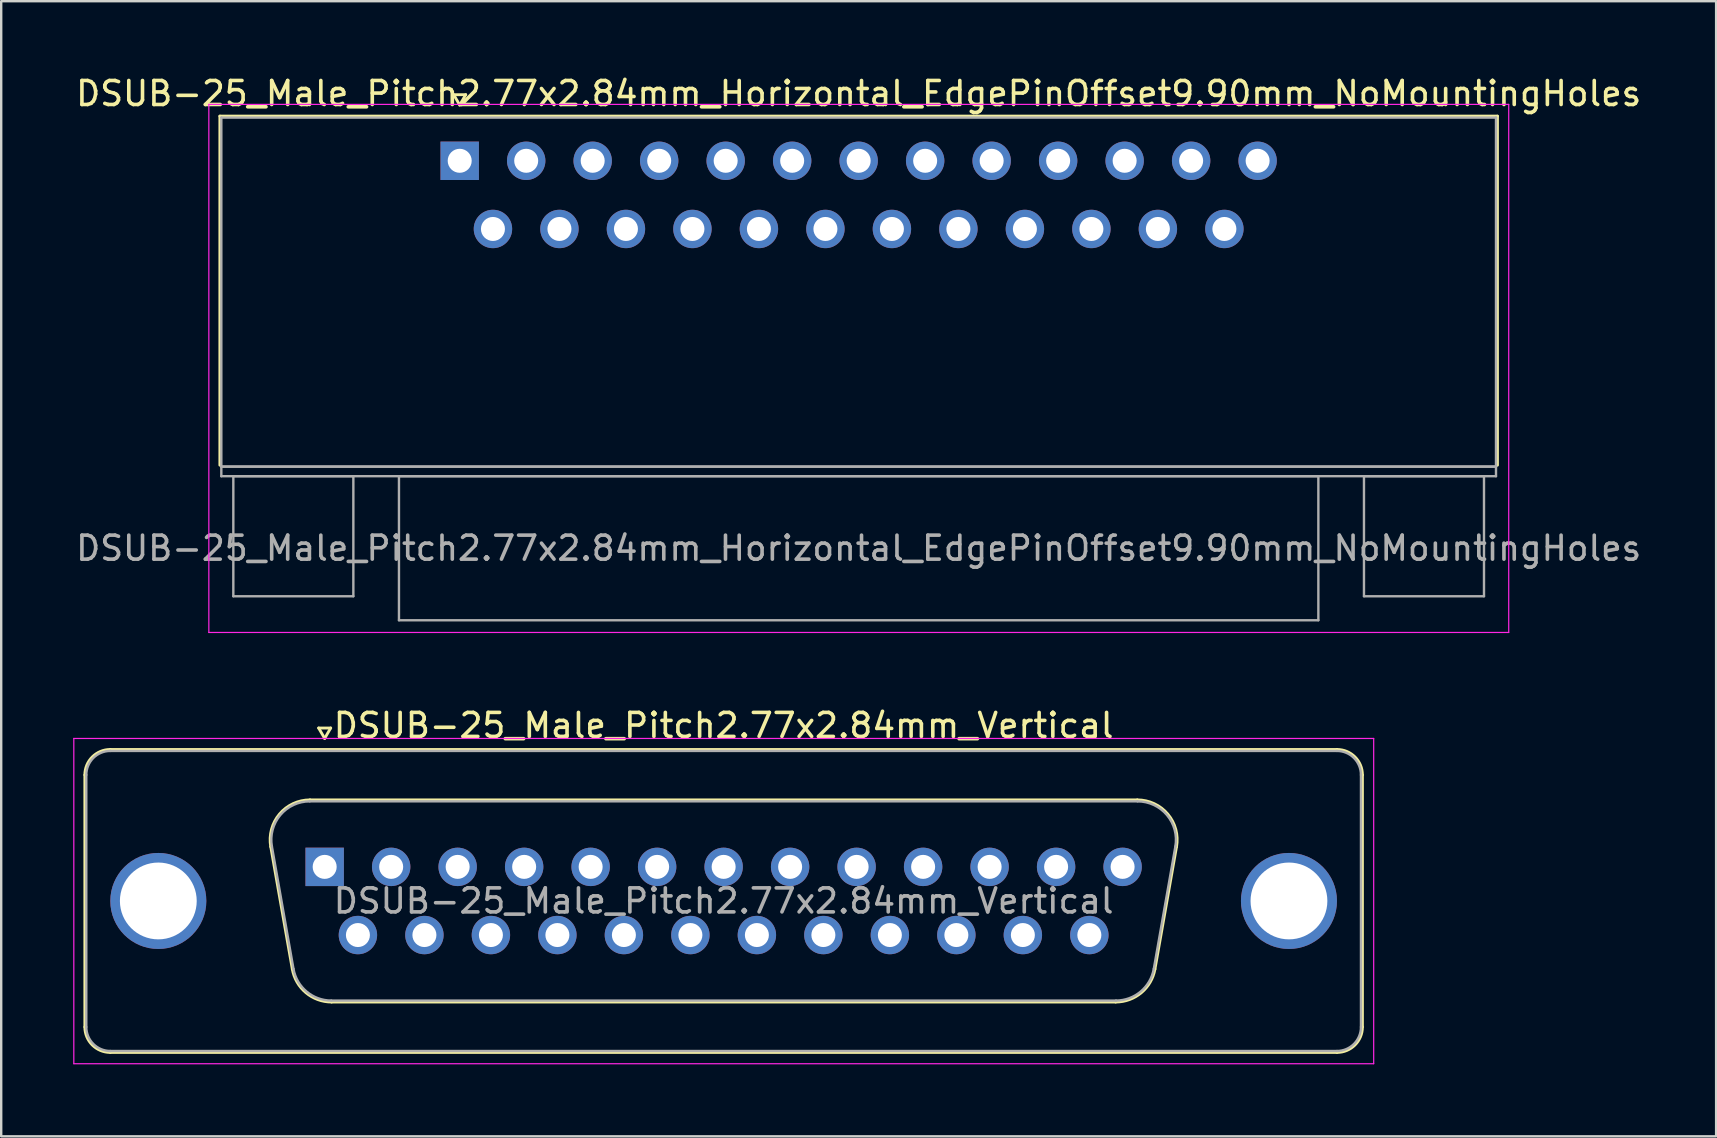
<source format=kicad_pcb>
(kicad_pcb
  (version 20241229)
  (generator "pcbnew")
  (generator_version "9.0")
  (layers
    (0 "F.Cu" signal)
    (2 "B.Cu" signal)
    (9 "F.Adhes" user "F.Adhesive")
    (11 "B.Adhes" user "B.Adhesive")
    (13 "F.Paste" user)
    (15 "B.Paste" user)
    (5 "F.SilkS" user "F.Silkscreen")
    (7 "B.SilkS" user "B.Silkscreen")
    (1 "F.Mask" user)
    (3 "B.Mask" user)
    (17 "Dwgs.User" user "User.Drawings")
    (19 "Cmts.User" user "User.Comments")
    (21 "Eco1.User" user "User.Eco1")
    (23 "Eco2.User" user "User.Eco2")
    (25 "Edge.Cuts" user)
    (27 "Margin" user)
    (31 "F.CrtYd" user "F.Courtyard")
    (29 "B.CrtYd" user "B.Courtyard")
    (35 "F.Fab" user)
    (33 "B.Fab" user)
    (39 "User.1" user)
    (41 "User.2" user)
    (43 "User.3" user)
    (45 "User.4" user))
  (footprint "DSUB-25_Male_Pitch2.77x2.84mm_Horizontal_EdgePinOffset9.90mm_NoMountingHoles"
    (layer "F.Cu")
    (at 16.1 3.648)
    (property "Reference" "DSUB-25_Male_Pitch2.77x2.84mm_Horizontal_EdgePinOffset9.90mm_NoMountingHoles" (at 16.62 -2.8 0) (layer "F.SilkS") (effects (font (size 1 1) (thickness 0.15))))
    (attr through_hole)
    (fp_line (start -9.99 -1.86) (end 43.23 -1.86) (stroke (width 0.12) (type solid)) (layer "F.SilkS"))
    (fp_line (start -9.99 12.68) (end -9.99 -1.86) (stroke (width 0.12) (type solid)) (layer "F.SilkS"))
    (fp_line (start -0.25 -2.754) (end 0.25 -2.754) (stroke (width 0.12) (type solid)) (layer "F.SilkS"))
    (fp_line (start 0 -2.321) (end -0.25 -2.754) (stroke (width 0.12) (type solid)) (layer "F.SilkS"))
    (fp_line (start 0.25 -2.754) (end 0 -2.321) (stroke (width 0.12) (type solid)) (layer "F.SilkS"))
    (fp_line (start 43.23 -1.86) (end 43.23 12.68) (stroke (width 0.12) (type solid)) (layer "F.SilkS"))
    (fp_line (start -10.45 -2.35) (end -10.45 19.65) (stroke (width 0.05) (type solid)) (layer "F.CrtYd"))
    (fp_line (start -10.45 19.65) (end 43.7 19.65) (stroke (width 0.05) (type solid)) (layer "F.CrtYd"))
    (fp_line (start 43.7 -2.35) (end -10.45 -2.35) (stroke (width 0.05) (type solid)) (layer "F.CrtYd"))
    (fp_line (start 43.7 19.65) (end 43.7 -2.35) (stroke (width 0.05) (type solid)) (layer "F.CrtYd"))
    (fp_line (start -9.93 -1.8) (end -9.93 12.74) (stroke (width 0.1) (type solid)) (layer "F.Fab"))
    (fp_line (start -9.93 12.74) (end -9.93 13.14) (stroke (width 0.1) (type solid)) (layer "F.Fab"))
    (fp_line (start -9.93 12.74) (end 43.17 12.74) (stroke (width 0.1) (type solid)) (layer "F.Fab"))
    (fp_line (start -9.93 13.14) (end 43.17 13.14) (stroke (width 0.1) (type solid)) (layer "F.Fab"))
    (fp_line (start -9.43 13.14) (end -9.43 18.14) (stroke (width 0.1) (type solid)) (layer "F.Fab"))
    (fp_line (start -9.43 18.14) (end -4.43 18.14) (stroke (width 0.1) (type solid)) (layer "F.Fab"))
    (fp_line (start -4.43 13.14) (end -9.43 13.14) (stroke (width 0.1) (type solid)) (layer "F.Fab"))
    (fp_line (start -4.43 18.14) (end -4.43 13.14) (stroke (width 0.1) (type solid)) (layer "F.Fab"))
    (fp_line (start -2.53 13.14) (end -2.53 19.14) (stroke (width 0.1) (type solid)) (layer "F.Fab"))
    (fp_line (start -2.53 19.14) (end 35.77 19.14) (stroke (width 0.1) (type solid)) (layer "F.Fab"))
    (fp_line (start 35.77 13.14) (end -2.53 13.14) (stroke (width 0.1) (type solid)) (layer "F.Fab"))
    (fp_line (start 35.77 19.14) (end 35.77 13.14) (stroke (width 0.1) (type solid)) (layer "F.Fab"))
    (fp_line (start 37.67 13.14) (end 37.67 18.14) (stroke (width 0.1) (type solid)) (layer "F.Fab"))
    (fp_line (start 37.67 18.14) (end 42.67 18.14) (stroke (width 0.1) (type solid)) (layer "F.Fab"))
    (fp_line (start 42.67 13.14) (end 37.67 13.14) (stroke (width 0.1) (type solid)) (layer "F.Fab"))
    (fp_line (start 42.67 18.14) (end 42.67 13.14) (stroke (width 0.1) (type solid)) (layer "F.Fab"))
    (fp_line (start 43.17 -1.8) (end -9.93 -1.8) (stroke (width 0.1) (type solid)) (layer "F.Fab"))
    (fp_line (start 43.17 12.74) (end -9.93 12.74) (stroke (width 0.1) (type solid)) (layer "F.Fab"))
    (fp_line (start 43.17 12.74) (end 43.17 -1.8) (stroke (width 0.1) (type solid)) (layer "F.Fab"))
    (fp_line (start 43.17 13.14) (end 43.17 12.74) (stroke (width 0.1) (type solid)) (layer "F.Fab"))
    (fp_text user "${REFERENCE}" (at 16.62 16.14 0) (layer "F.Fab") (effects (font (size 1 1) (thickness 0.15))))
    (pad "1" thru_hole rect (at 0 0) (size 1.6 1.6) (drill 1) (layers "*.Cu" "*.Mask"))
    (pad "2" thru_hole circle (at 2.77 0) (size 1.6 1.6) (drill 1) (layers "*.Cu" "*.Mask"))
    (pad "3" thru_hole circle (at 5.54 0) (size 1.6 1.6) (drill 1) (layers "*.Cu" "*.Mask"))
    (pad "4" thru_hole circle (at 8.31 0) (size 1.6 1.6) (drill 1) (layers "*.Cu" "*.Mask"))
    (pad "5" thru_hole circle (at 11.08 0) (size 1.6 1.6) (drill 1) (layers "*.Cu" "*.Mask"))
    (pad "6" thru_hole circle (at 13.85 0) (size 1.6 1.6) (drill 1) (layers "*.Cu" "*.Mask"))
    (pad "7" thru_hole circle (at 16.62 0) (size 1.6 1.6) (drill 1) (layers "*.Cu" "*.Mask"))
    (pad "8" thru_hole circle (at 19.39 0) (size 1.6 1.6) (drill 1) (layers "*.Cu" "*.Mask"))
    (pad "9" thru_hole circle (at 22.16 0) (size 1.6 1.6) (drill 1) (layers "*.Cu" "*.Mask"))
    (pad "10" thru_hole circle (at 24.93 0) (size 1.6 1.6) (drill 1) (layers "*.Cu" "*.Mask"))
    (pad "11" thru_hole circle (at 27.7 0) (size 1.6 1.6) (drill 1) (layers "*.Cu" "*.Mask"))
    (pad "12" thru_hole circle (at 30.47 0) (size 1.6 1.6) (drill 1) (layers "*.Cu" "*.Mask"))
    (pad "13" thru_hole circle (at 33.24 0) (size 1.6 1.6) (drill 1) (layers "*.Cu" "*.Mask"))
    (pad "14" thru_hole circle (at 1.385 2.84) (size 1.6 1.6) (drill 1) (layers "*.Cu" "*.Mask"))
    (pad "15" thru_hole circle (at 4.155 2.84) (size 1.6 1.6) (drill 1) (layers "*.Cu" "*.Mask"))
    (pad "16" thru_hole circle (at 6.925 2.84) (size 1.6 1.6) (drill 1) (layers "*.Cu" "*.Mask"))
    (pad "17" thru_hole circle (at 9.695 2.84) (size 1.6 1.6) (drill 1) (layers "*.Cu" "*.Mask"))
    (pad "18" thru_hole circle (at 12.465 2.84) (size 1.6 1.6) (drill 1) (layers "*.Cu" "*.Mask"))
    (pad "19" thru_hole circle (at 15.235 2.84) (size 1.6 1.6) (drill 1) (layers "*.Cu" "*.Mask"))
    (pad "20" thru_hole circle (at 18.005 2.84) (size 1.6 1.6) (drill 1) (layers "*.Cu" "*.Mask"))
    (pad "21" thru_hole circle (at 20.775 2.84) (size 1.6 1.6) (drill 1) (layers "*.Cu" "*.Mask"))
    (pad "22" thru_hole circle (at 23.545 2.84) (size 1.6 1.6) (drill 1) (layers "*.Cu" "*.Mask"))
    (pad "23" thru_hole circle (at 26.315 2.84) (size 1.6 1.6) (drill 1) (layers "*.Cu" "*.Mask"))
    (pad "24" thru_hole circle (at 29.085 2.84) (size 1.6 1.6) (drill 1) (layers "*.Cu" "*.Mask"))
    (pad "25" thru_hole circle (at 31.855 2.84) (size 1.6 1.6) (drill 1) (layers "*.Cu" "*.Mask")))
  (footprint "DSUB-25_Male_Pitch2.77x2.84mm_Vertical"
    (layer "F.Cu")
    (at 10.475 33.062)
    (property "Reference" "DSUB-25_Male_Pitch2.77x2.84mm_Vertical" (at 16.62 -5.89 0) (layer "F.SilkS") (effects (font (size 1 1) (thickness 0.15))))
    (attr through_hole)
    (fp_line (start -9.99 6.67) (end -9.99 -3.83) (stroke (width 0.12) (type solid)) (layer "F.SilkS"))
    (fp_line (start -8.93 -4.89) (end 42.17 -4.89) (stroke (width 0.12) (type solid)) (layer "F.SilkS"))
    (fp_line (start -2.246 -0.842) (end -1.347 4.258) (stroke (width 0.12) (type solid)) (layer "F.SilkS"))
    (fp_line (start -0.612 -2.79) (end 33.852 -2.79) (stroke (width 0.12) (type solid)) (layer "F.SilkS"))
    (fp_line (start -0.25 -5.784) (end 0.25 -5.784) (stroke (width 0.12) (type solid)) (layer "F.SilkS"))
    (fp_line (start 0 -5.351) (end -0.25 -5.784) (stroke (width 0.12) (type solid)) (layer "F.SilkS"))
    (fp_line (start 0.25 -5.784) (end 0 -5.351) (stroke (width 0.12) (type solid)) (layer "F.SilkS"))
    (fp_line (start 0.288 5.63) (end 32.952 5.63) (stroke (width 0.12) (type solid)) (layer "F.SilkS"))
    (fp_line (start 35.486 -0.842) (end 34.587 4.258) (stroke (width 0.12) (type solid)) (layer "F.SilkS"))
    (fp_line (start 42.17 7.73) (end -8.93 7.73) (stroke (width 0.12) (type solid)) (layer "F.SilkS"))
    (fp_line (start 43.23 -3.83) (end 43.23 6.67) (stroke (width 0.12) (type solid)) (layer "F.SilkS"))
    (fp_arc (start -9.99 -3.83) (mid -9.679533 -4.579533) (end -8.93 -4.89) (stroke (width 0.12) (type solid)) (layer "F.SilkS"))
    (fp_arc (start -8.93 7.73) (mid -9.679533 7.419533) (end -9.99 6.67) (stroke (width 0.12) (type solid)) (layer "F.SilkS"))
    (fp_arc (start -2.24647 -0.841744) (mid -1.883323 -2.197028) (end -0.611689 -2.79) (stroke (width 0.12) (type solid)) (layer "F.SilkS"))
    (fp_arc (start 0.287579 5.63) (mid -0.779448 5.241634) (end -1.347202 4.258256) (stroke (width 0.12) (type solid)) (layer "F.SilkS"))
    (fp_arc (start 33.851689 -2.79) (mid 35.123323 -2.197027) (end 35.48647 -0.841744) (stroke (width 0.12) (type solid)) (layer "F.SilkS"))
    (fp_arc (start 34.587202 4.258256) (mid 34.019449 5.241634) (end 32.952421 5.63) (stroke (width 0.12) (type solid)) (layer "F.SilkS"))
    (fp_arc (start 42.17 -4.89) (mid 42.919533 -4.579533) (end 43.23 -3.83) (stroke (width 0.12) (type solid)) (layer "F.SilkS"))
    (fp_arc (start 43.23 6.67) (mid 42.919533 7.419533) (end 42.17 7.73) (stroke (width 0.12) (type solid)) (layer "F.SilkS"))
    (fp_line (start -10.45 -5.35) (end -10.45 8.2) (stroke (width 0.05) (type solid)) (layer "F.CrtYd"))
    (fp_line (start -10.45 8.2) (end 43.7 8.2) (stroke (width 0.05) (type solid)) (layer "F.CrtYd"))
    (fp_line (start 43.7 -5.35) (end -10.45 -5.35) (stroke (width 0.05) (type solid)) (layer "F.CrtYd"))
    (fp_line (start 43.7 8.2) (end 43.7 -5.35) (stroke (width 0.05) (type solid)) (layer "F.CrtYd"))
    (fp_line (start -9.93 6.67) (end -9.93 -3.83) (stroke (width 0.1) (type solid)) (layer "F.Fab"))
    (fp_line (start -8.93 -4.83) (end 42.17 -4.83) (stroke (width 0.1) (type solid)) (layer "F.Fab"))
    (fp_line (start -2.199 -0.852) (end -1.3 4.248) (stroke (width 0.1) (type solid)) (layer "F.Fab"))
    (fp_line (start -0.623 -2.73) (end 33.863 -2.73) (stroke (width 0.1) (type solid)) (layer "F.Fab"))
    (fp_line (start 0.276 5.57) (end 32.964 5.57) (stroke (width 0.1) (type solid)) (layer "F.Fab"))
    (fp_line (start 35.439 -0.852) (end 34.54 4.248) (stroke (width 0.1) (type solid)) (layer "F.Fab"))
    (fp_line (start 42.17 7.67) (end -8.93 7.67) (stroke (width 0.1) (type solid)) (layer "F.Fab"))
    (fp_line (start 43.17 -3.83) (end 43.17 6.67) (stroke (width 0.1) (type solid)) (layer "F.Fab"))
    (fp_arc (start -9.93 -3.83) (mid -9.637107 -4.537107) (end -8.93 -4.83) (stroke (width 0.1) (type solid)) (layer "F.Fab"))
    (fp_arc (start -8.93 7.67) (mid -9.637107 7.377107) (end -9.93 6.67) (stroke (width 0.1) (type solid)) (layer "F.Fab"))
    (fp_arc (start -2.198886 -0.852163) (mid -1.848865 -2.15846) (end -0.623194 -2.73) (stroke (width 0.1) (type solid)) (layer "F.Fab"))
    (fp_arc (start 0.276073 5.57) (mid -0.752387 5.195671) (end -1.299619 4.247837) (stroke (width 0.1) (type solid)) (layer "F.Fab"))
    (fp_arc (start 33.863194 -2.73) (mid 35.088865 -2.15846) (end 35.438886 -0.852163) (stroke (width 0.1) (type solid)) (layer "F.Fab"))
    (fp_arc (start 34.539619 4.247837) (mid 33.992387 5.195671) (end 32.963927 5.57) (stroke (width 0.1) (type solid)) (layer "F.Fab"))
    (fp_arc (start 42.17 -4.83) (mid 42.877107 -4.537107) (end 43.17 -3.83) (stroke (width 0.1) (type solid)) (layer "F.Fab"))
    (fp_arc (start 43.17 6.67) (mid 42.877107 7.377107) (end 42.17 7.67) (stroke (width 0.1) (type solid)) (layer "F.Fab"))
    (fp_text user "${REFERENCE}" (at 16.62 1.42 0) (layer "F.Fab") (effects (font (size 1 1) (thickness 0.15))))
    (pad "0" thru_hole circle (at -6.93 1.42) (size 4 4) (drill 3.2) (layers "*.Cu" "*.Mask"))
    (pad "0" thru_hole circle (at 40.17 1.42) (size 4 4) (drill 3.2) (layers "*.Cu" "*.Mask"))
    (pad "1" thru_hole rect (at 0 0) (size 1.6 1.6) (drill 1) (layers "*.Cu" "*.Mask"))
    (pad "2" thru_hole circle (at 2.77 0) (size 1.6 1.6) (drill 1) (layers "*.Cu" "*.Mask"))
    (pad "3" thru_hole circle (at 5.54 0) (size 1.6 1.6) (drill 1) (layers "*.Cu" "*.Mask"))
    (pad "4" thru_hole circle (at 8.31 0) (size 1.6 1.6) (drill 1) (layers "*.Cu" "*.Mask"))
    (pad "5" thru_hole circle (at 11.08 0) (size 1.6 1.6) (drill 1) (layers "*.Cu" "*.Mask"))
    (pad "6" thru_hole circle (at 13.85 0) (size 1.6 1.6) (drill 1) (layers "*.Cu" "*.Mask"))
    (pad "7" thru_hole circle (at 16.62 0) (size 1.6 1.6) (drill 1) (layers "*.Cu" "*.Mask"))
    (pad "8" thru_hole circle (at 19.39 0) (size 1.6 1.6) (drill 1) (layers "*.Cu" "*.Mask"))
    (pad "9" thru_hole circle (at 22.16 0) (size 1.6 1.6) (drill 1) (layers "*.Cu" "*.Mask"))
    (pad "10" thru_hole circle (at 24.93 0) (size 1.6 1.6) (drill 1) (layers "*.Cu" "*.Mask"))
    (pad "11" thru_hole circle (at 27.7 0) (size 1.6 1.6) (drill 1) (layers "*.Cu" "*.Mask"))
    (pad "12" thru_hole circle (at 30.47 0) (size 1.6 1.6) (drill 1) (layers "*.Cu" "*.Mask"))
    (pad "13" thru_hole circle (at 33.24 0) (size 1.6 1.6) (drill 1) (layers "*.Cu" "*.Mask"))
    (pad "14" thru_hole circle (at 1.385 2.84) (size 1.6 1.6) (drill 1) (layers "*.Cu" "*.Mask"))
    (pad "15" thru_hole circle (at 4.155 2.84) (size 1.6 1.6) (drill 1) (layers "*.Cu" "*.Mask"))
    (pad "16" thru_hole circle (at 6.925 2.84) (size 1.6 1.6) (drill 1) (layers "*.Cu" "*.Mask"))
    (pad "17" thru_hole circle (at 9.695 2.84) (size 1.6 1.6) (drill 1) (layers "*.Cu" "*.Mask"))
    (pad "18" thru_hole circle (at 12.465 2.84) (size 1.6 1.6) (drill 1) (layers "*.Cu" "*.Mask"))
    (pad "19" thru_hole circle (at 15.235 2.84) (size 1.6 1.6) (drill 1) (layers "*.Cu" "*.Mask"))
    (pad "20" thru_hole circle (at 18.005 2.84) (size 1.6 1.6) (drill 1) (layers "*.Cu" "*.Mask"))
    (pad "21" thru_hole circle (at 20.775 2.84) (size 1.6 1.6) (drill 1) (layers "*.Cu" "*.Mask"))
    (pad "22" thru_hole circle (at 23.545 2.84) (size 1.6 1.6) (drill 1) (layers "*.Cu" "*.Mask"))
    (pad "23" thru_hole circle (at 26.315 2.84) (size 1.6 1.6) (drill 1) (layers "*.Cu" "*.Mask"))
    (pad "24" thru_hole circle (at 29.085 2.84) (size 1.6 1.6) (drill 1) (layers "*.Cu" "*.Mask"))
    (pad "25" thru_hole circle (at 31.855 2.84) (size 1.6 1.6) (drill 1) (layers "*.Cu" "*.Mask")))
  (gr_rect
    (start -3 -3)
    (end 68.44 44.286)
    (stroke (width 0.1) (type default))
    (fill no)
    (layer "Edge.Cuts")))
</source>
